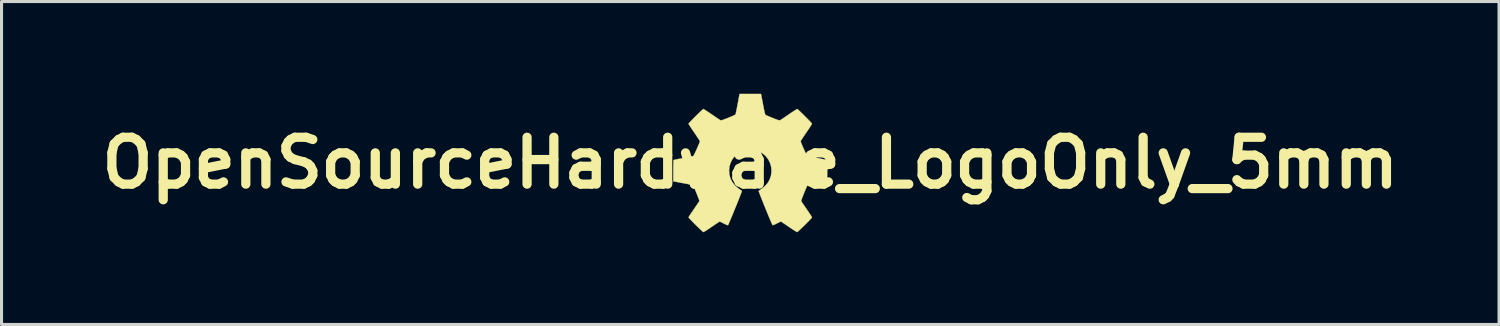
<source format=kicad_pcb>
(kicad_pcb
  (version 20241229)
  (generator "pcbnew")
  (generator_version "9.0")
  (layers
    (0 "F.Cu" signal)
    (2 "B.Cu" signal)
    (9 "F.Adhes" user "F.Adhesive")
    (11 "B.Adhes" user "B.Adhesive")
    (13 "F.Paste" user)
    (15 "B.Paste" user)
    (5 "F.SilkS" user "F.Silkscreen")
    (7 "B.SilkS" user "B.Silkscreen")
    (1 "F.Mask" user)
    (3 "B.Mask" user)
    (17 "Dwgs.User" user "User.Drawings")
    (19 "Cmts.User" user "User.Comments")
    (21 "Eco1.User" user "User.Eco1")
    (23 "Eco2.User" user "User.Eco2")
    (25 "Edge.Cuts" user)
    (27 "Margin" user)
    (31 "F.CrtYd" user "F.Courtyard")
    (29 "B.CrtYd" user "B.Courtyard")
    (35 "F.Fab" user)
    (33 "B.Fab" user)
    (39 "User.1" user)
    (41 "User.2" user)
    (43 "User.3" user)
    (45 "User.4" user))
  (footprint "OpenSourceHardware_LogoOnly_5mm"
    (layer "F.Cu")
    (at 21.343 2.247)
    (property "Reference" "OpenSourceHardware_LogoOnly_5mm" (at 0 0 0) (layer "F.SilkS") (effects (font (size 1.524 1.524) (thickness 0.3))))
    (attr through_hole)
    (fp_poly (pts (xy 0.413 -1.906) (xy 0.435 -1.791) (xy 0.454 -1.701) (xy 0.469 -1.633) (xy 0.482 -1.588) (xy 0.492 -1.564) (xy 0.495 -1.56) (xy 0.513 -1.551) (xy 0.55 -1.535) (xy 0.602 -1.513) (xy 0.665 -1.487) (xy 0.73 -1.461) (xy 0.811 -1.428) (xy 0.873 -1.405) (xy 0.917 -1.391) (xy 0.946 -1.384) (xy 0.964 -1.384) (xy 0.969 -1.386) (xy 0.985 -1.397) (xy 1.02 -1.419) (xy 1.069 -1.452) (xy 1.129 -1.493) (xy 1.198 -1.54) (xy 1.25 -1.576) (xy 1.322 -1.625) (xy 1.388 -1.668) (xy 1.445 -1.705) (xy 1.488 -1.732) (xy 1.517 -1.749) (xy 1.526 -1.753) (xy 1.54 -1.744) (xy 1.568 -1.72) (xy 1.608 -1.683) (xy 1.656 -1.637) (xy 1.711 -1.584) (xy 1.768 -1.527) (xy 1.825 -1.47) (xy 1.879 -1.415) (xy 1.927 -1.365) (xy 1.966 -1.323) (xy 1.994 -1.292) (xy 2.006 -1.274) (xy 2.007 -1.273) (xy 2 -1.258) (xy 1.98 -1.226) (xy 1.95 -1.179) (xy 1.911 -1.12) (xy 1.865 -1.052) (xy 1.822 -0.989) (xy 1.772 -0.916) (xy 1.728 -0.849) (xy 1.69 -0.792) (xy 1.661 -0.747) (xy 1.643 -0.718) (xy 1.638 -0.707) (xy 1.643 -0.686) (xy 1.657 -0.648) (xy 1.677 -0.597) (xy 1.703 -0.536) (xy 1.731 -0.471) (xy 1.761 -0.405) (xy 1.79 -0.344) (xy 1.816 -0.291) (xy 1.837 -0.25) (xy 1.852 -0.226) (xy 1.856 -0.222) (xy 1.874 -0.217) (xy 1.914 -0.209) (xy 1.97 -0.198) (xy 2.041 -0.185) (xy 2.122 -0.169) (xy 2.177 -0.159) (xy 2.261 -0.143) (xy 2.337 -0.128) (xy 2.402 -0.115) (xy 2.451 -0.105) (xy 2.481 -0.098) (xy 2.489 -0.095) (xy 2.493 -0.08) (xy 2.497 -0.044) (xy 2.5 0.01) (xy 2.502 0.076) (xy 2.503 0.152) (xy 2.503 0.232) (xy 2.502 0.314) (xy 2.501 0.392) (xy 2.499 0.463) (xy 2.496 0.522) (xy 2.492 0.566) (xy 2.488 0.59) (xy 2.486 0.593) (xy 2.469 0.599) (xy 2.432 0.608) (xy 2.376 0.62) (xy 2.307 0.634) (xy 2.227 0.649) (xy 2.172 0.66) (xy 2.087 0.675) (xy 2.011 0.691) (xy 1.946 0.704) (xy 1.897 0.716) (xy 1.866 0.725) (xy 1.858 0.728) (xy 1.849 0.744) (xy 1.833 0.78) (xy 1.81 0.832) (xy 1.783 0.896) (xy 1.753 0.969) (xy 1.746 0.988) (xy 1.713 1.07) (xy 1.689 1.131) (xy 1.673 1.177) (xy 1.663 1.208) (xy 1.659 1.23) (xy 1.66 1.245) (xy 1.665 1.257) (xy 1.669 1.264) (xy 1.682 1.283) (xy 1.707 1.32) (xy 1.742 1.371) (xy 1.784 1.432) (xy 1.83 1.5) (xy 1.848 1.526) (xy 1.894 1.594) (xy 1.935 1.655) (xy 1.969 1.706) (xy 1.993 1.745) (xy 2.005 1.767) (xy 2.007 1.771) (xy 1.998 1.784) (xy 1.973 1.812) (xy 1.937 1.852) (xy 1.89 1.9) (xy 1.837 1.954) (xy 1.78 2.011) (xy 1.722 2.068) (xy 1.666 2.121) (xy 1.616 2.169) (xy 1.573 2.208) (xy 1.542 2.235) (xy 1.524 2.247) (xy 1.523 2.248) (xy 1.507 2.241) (xy 1.473 2.221) (xy 1.425 2.191) (xy 1.366 2.153) (xy 1.299 2.108) (xy 1.253 2.076) (xy 1.183 2.028) (xy 1.119 1.986) (xy 1.066 1.95) (xy 1.025 1.923) (xy 1.001 1.908) (xy 0.995 1.905) (xy 0.981 1.91) (xy 0.949 1.925) (xy 0.904 1.947) (xy 0.86 1.97) (xy 0.809 1.995) (xy 0.766 2.013) (xy 0.736 2.023) (xy 0.724 2.024) (xy 0.716 2.008) (xy 0.7 1.972) (xy 0.676 1.919) (xy 0.648 1.851) (xy 0.614 1.771) (xy 0.577 1.682) (xy 0.538 1.587) (xy 0.498 1.489) (xy 0.458 1.39) (xy 0.419 1.293) (xy 0.382 1.201) (xy 0.349 1.117) (xy 0.32 1.044) (xy 0.297 0.985) (xy 0.282 0.942) (xy 0.274 0.918) (xy 0.273 0.914) (xy 0.287 0.901) (xy 0.316 0.879) (xy 0.354 0.852) (xy 0.36 0.848) (xy 0.471 0.76) (xy 0.56 0.66) (xy 0.626 0.549) (xy 0.669 0.428) (xy 0.689 0.298) (xy 0.69 0.254) (xy 0.678 0.123) (xy 0.643 -0.000222) (xy 0.587 -0.113) (xy 0.511 -0.213) (xy 0.417 -0.298) (xy 0.307 -0.366) (xy 0.184 -0.414) (xy 0.103 -0.429) (xy 0.009 -0.435) (xy -0.085 -0.431) (xy -0.17 -0.417) (xy -0.184 -0.414) (xy -0.308 -0.365) (xy -0.418 -0.297) (xy -0.512 -0.212) (xy -0.587 -0.112) (xy -0.644 0.001) (xy -0.679 0.124) (xy -0.69 0.254) (xy -0.678 0.387) (xy -0.643 0.51) (xy -0.584 0.624) (xy -0.502 0.728) (xy -0.398 0.821) (xy -0.36 0.848) (xy -0.32 0.876) (xy -0.29 0.899) (xy -0.274 0.913) (xy -0.273 0.914) (xy -0.277 0.928) (xy -0.289 0.962) (xy -0.308 1.013) (xy -0.334 1.08) (xy -0.365 1.159) (xy -0.4 1.247) (xy -0.438 1.342) (xy -0.478 1.44) (xy -0.518 1.539) (xy -0.558 1.636) (xy -0.596 1.729) (xy -0.632 1.813) (xy -0.663 1.887) (xy -0.689 1.948) (xy -0.709 1.993) (xy -0.721 2.019) (xy -0.724 2.024) (xy -0.739 2.023) (xy -0.771 2.011) (xy -0.815 1.992) (xy -0.86 1.97) (xy -0.911 1.944) (xy -0.954 1.923) (xy -0.983 1.909) (xy -0.994 1.905) (xy -1.006 1.912) (xy -1.037 1.931) (xy -1.082 1.961) (xy -1.139 1.999) (xy -1.205 2.044) (xy -1.253 2.076) (xy -1.324 2.125) (xy -1.389 2.168) (xy -1.444 2.203) (xy -1.488 2.23) (xy -1.515 2.245) (xy -1.523 2.248) (xy -1.537 2.239) (xy -1.567 2.215) (xy -1.608 2.177) (xy -1.66 2.128) (xy -1.719 2.071) (xy -1.775 2.016) (xy -1.838 1.953) (xy -1.894 1.895) (xy -1.941 1.846) (xy -1.977 1.806) (xy -2 1.78) (xy -2.007 1.77) (xy -2 1.756) (xy -1.98 1.724) (xy -1.951 1.678) (xy -1.913 1.621) (xy -1.868 1.556) (xy -1.848 1.526) (xy -1.801 1.457) (xy -1.757 1.393) (xy -1.719 1.338) (xy -1.69 1.295) (xy -1.672 1.269) (xy -1.669 1.264) (xy -1.662 1.252) (xy -1.659 1.24) (xy -1.66 1.222) (xy -1.666 1.197) (xy -1.678 1.161) (xy -1.698 1.109) (xy -1.725 1.04) (xy -1.746 0.988) (xy -1.776 0.913) (xy -1.804 0.847) (xy -1.828 0.791) (xy -1.846 0.751) (xy -1.857 0.73) (xy -1.858 0.728) (xy -1.875 0.722) (xy -1.912 0.712) (xy -1.967 0.7) (xy -2.036 0.685) (xy -2.115 0.67) (xy -2.159 0.662) (xy -2.243 0.646) (xy -2.319 0.632) (xy -2.384 0.62) (xy -2.435 0.61) (xy -2.466 0.604) (xy -2.473 0.603) (xy -2.502 0.596) (xy -2.502 0.255) (xy -2.501 0.159) (xy -2.5 0.074) (xy -2.498 0.004) (xy -2.496 -0.05) (xy -2.493 -0.084) (xy -2.49 -0.095) (xy -2.475 -0.099) (xy -2.438 -0.107) (xy -2.384 -0.118) (xy -2.315 -0.132) (xy -2.236 -0.147) (xy -2.178 -0.158) (xy -2.093 -0.174) (xy -2.015 -0.189) (xy -1.949 -0.202) (xy -1.898 -0.213) (xy -1.865 -0.219) (xy -1.856 -0.222) (xy -1.846 -0.235) (xy -1.828 -0.267) (xy -1.804 -0.314) (xy -1.777 -0.371) (xy -1.747 -0.435) (xy -1.718 -0.501) (xy -1.691 -0.564) (xy -1.667 -0.621) (xy -1.649 -0.667) (xy -1.639 -0.698) (xy -1.638 -0.707) (xy -1.645 -0.721) (xy -1.665 -0.753) (xy -1.695 -0.8) (xy -1.734 -0.859) (xy -1.78 -0.927) (xy -1.822 -0.989) (xy -1.872 -1.063) (xy -1.917 -1.129) (xy -1.955 -1.187) (xy -1.984 -1.232) (xy -2.002 -1.262) (xy -2.007 -1.273) (xy -1.998 -1.287) (xy -1.974 -1.315) (xy -1.937 -1.355) (xy -1.891 -1.403) (xy -1.838 -1.457) (xy -1.781 -1.514) (xy -1.723 -1.571) (xy -1.668 -1.625) (xy -1.618 -1.673) (xy -1.576 -1.712) (xy -1.544 -1.74) (xy -1.527 -1.752) (xy -1.525 -1.753) (xy -1.511 -1.746) (xy -1.478 -1.726) (xy -1.43 -1.696) (xy -1.371 -1.658) (xy -1.304 -1.612) (xy -1.249 -1.575) (xy -1.177 -1.526) (xy -1.11 -1.48) (xy -1.053 -1.442) (xy -1.008 -1.411) (xy -0.978 -1.392) (xy -0.968 -1.386) (xy -0.953 -1.384) (xy -0.926 -1.389) (xy -0.884 -1.402) (xy -0.825 -1.424) (xy -0.745 -1.455) (xy -0.718 -1.466) (xy -0.647 -1.495) (xy -0.583 -1.523) (xy -0.532 -1.546) (xy -0.496 -1.565) (xy -0.48 -1.575) (xy -0.48 -1.576) (xy -0.475 -1.593) (xy -0.466 -1.631) (xy -0.454 -1.688) (xy -0.44 -1.758) (xy -0.424 -1.84) (xy -0.409 -1.918) (xy -0.349 -2.242) (xy 0.349 -2.242) (xy 0.413 -1.906)) (stroke (width 0.01) (type solid)) (fill yes) (layer "F.SilkS")))
  (gr_rect
    (start -3 -3)
    (end 45.687 7.499)
    (stroke (width 0.1) (type default))
    (fill no)
    (layer "Edge.Cuts")))
</source>
